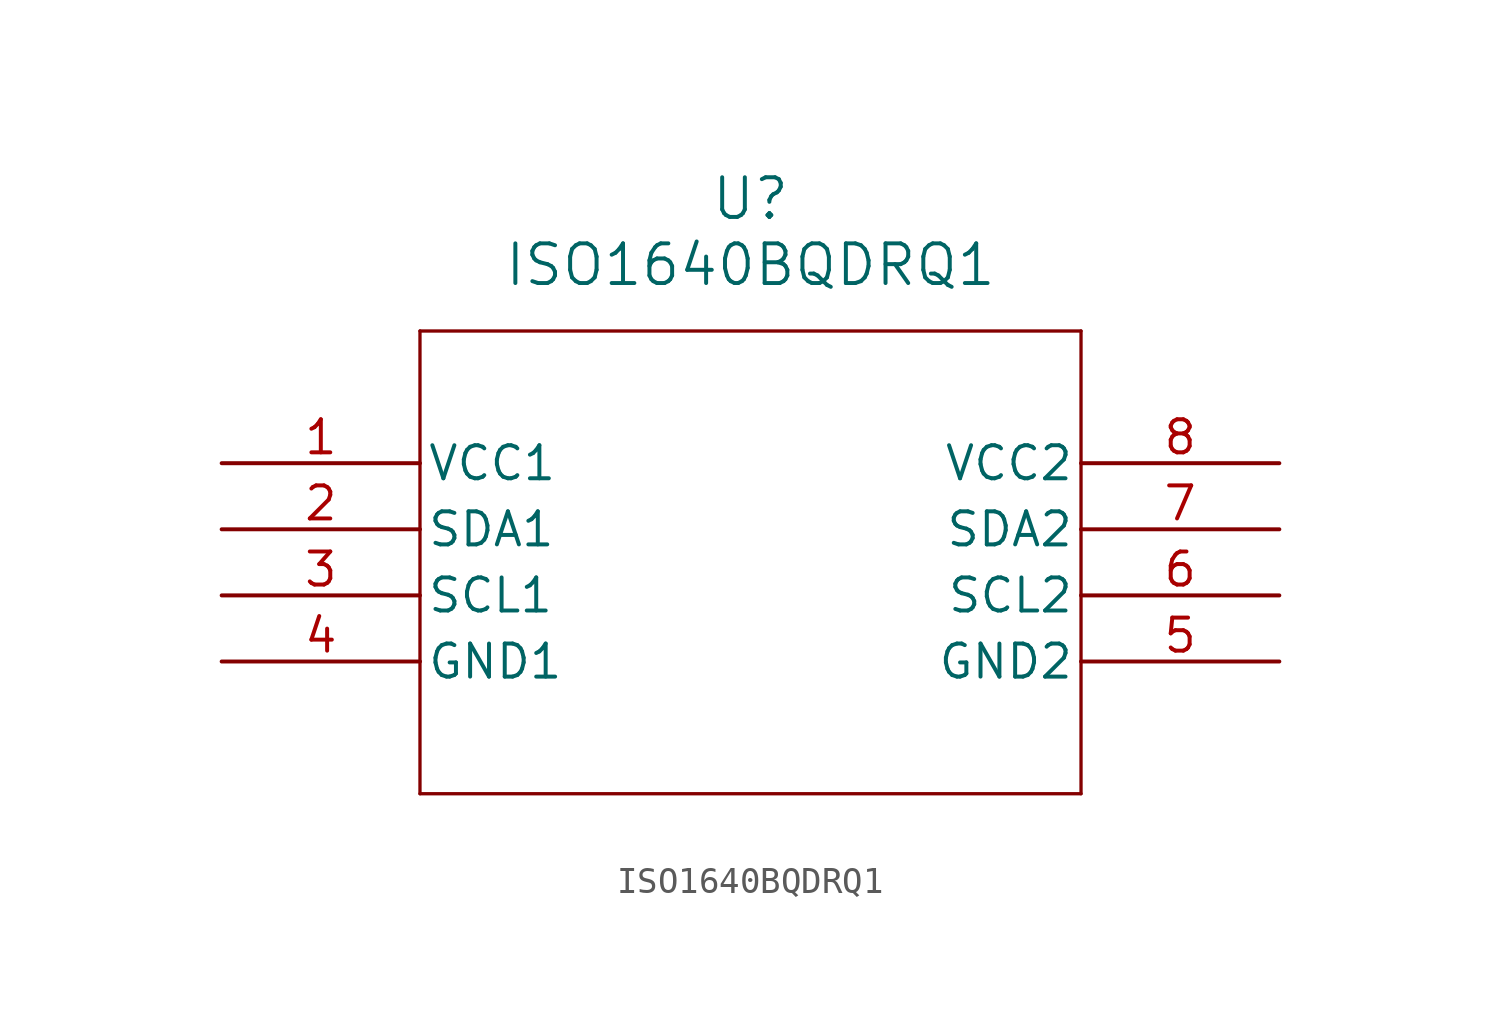
<source format=kicad_sym>
(kicad_symbol_lib
  (version 20211014)
  (generator kicad_symbol_editor)
  (symbol "ISO1640BQDRQ1"
    (pin_names
      (offset 0.254))
    (property "Reference" "U"
      (at 20.32 10.16 0)
      (effects (font (size 1.524 1.524))))
    (property "Value" "ISO1640BQDRQ1"
      (at 20.32 7.62 0)
      (effects (font (size 1.524 1.524))))
    (symbol "ISO1640BQDRQ1_0_1"
      (polyline (pts (xy 7.62 5.08) (xy 7.62 -12.7)) (stroke (width 0.127) (type default) (color 0 0 0 0)) (fill (type none)))
      (polyline (pts (xy 7.62 -12.7) (xy 33.02 -12.7)) (stroke (width 0.127) (type default) (color 0 0 0 0)) (fill (type none)))
      (polyline (pts (xy 33.02 -12.7) (xy 33.02 5.08)) (stroke (width 0.127) (type default) (color 0 0 0 0)) (fill (type none)))
      (polyline (pts (xy 33.02 5.08) (xy 7.62 5.08)) (stroke (width 0.127) (type default) (color 0 0 0 0)) (fill (type none)))
      (pin power_in line (at 0 0 0) (length 7.62) (name "VCC1" (effects (font (size 1.27 1.27)))) (number "1" (effects (font (size 1.27 1.27)))))
      (pin bidirectional line (at 0 -2.54 0) (length 7.62) (name "SDA1" (effects (font (size 1.27 1.27)))) (number "2" (effects (font (size 1.27 1.27)))))
      (pin bidirectional line (at 0 -5.08 0) (length 7.62) (name "SCL1" (effects (font (size 1.27 1.27)))) (number "3" (effects (font (size 1.27 1.27)))))
      (pin power_out line (at 0 -7.62 0) (length 7.62) (name "GND1" (effects (font (size 1.27 1.27)))) (number "4" (effects (font (size 1.27 1.27)))))
      (pin power_out line (at 40.64 -7.62 180) (length 7.62) (name "GND2" (effects (font (size 1.27 1.27)))) (number "5" (effects (font (size 1.27 1.27)))))
      (pin bidirectional line (at 40.64 -5.08 180) (length 7.62) (name "SCL2" (effects (font (size 1.27 1.27)))) (number "6" (effects (font (size 1.27 1.27)))))
      (pin bidirectional line (at 40.64 -2.54 180) (length 7.62) (name "SDA2" (effects (font (size 1.27 1.27)))) (number "7" (effects (font (size 1.27 1.27)))))
      (pin power_in line (at 40.64 0 180) (length 7.62) (name "VCC2" (effects (font (size 1.27 1.27)))) (number "8" (effects (font (size 1.27 1.27))))))))
</source>
